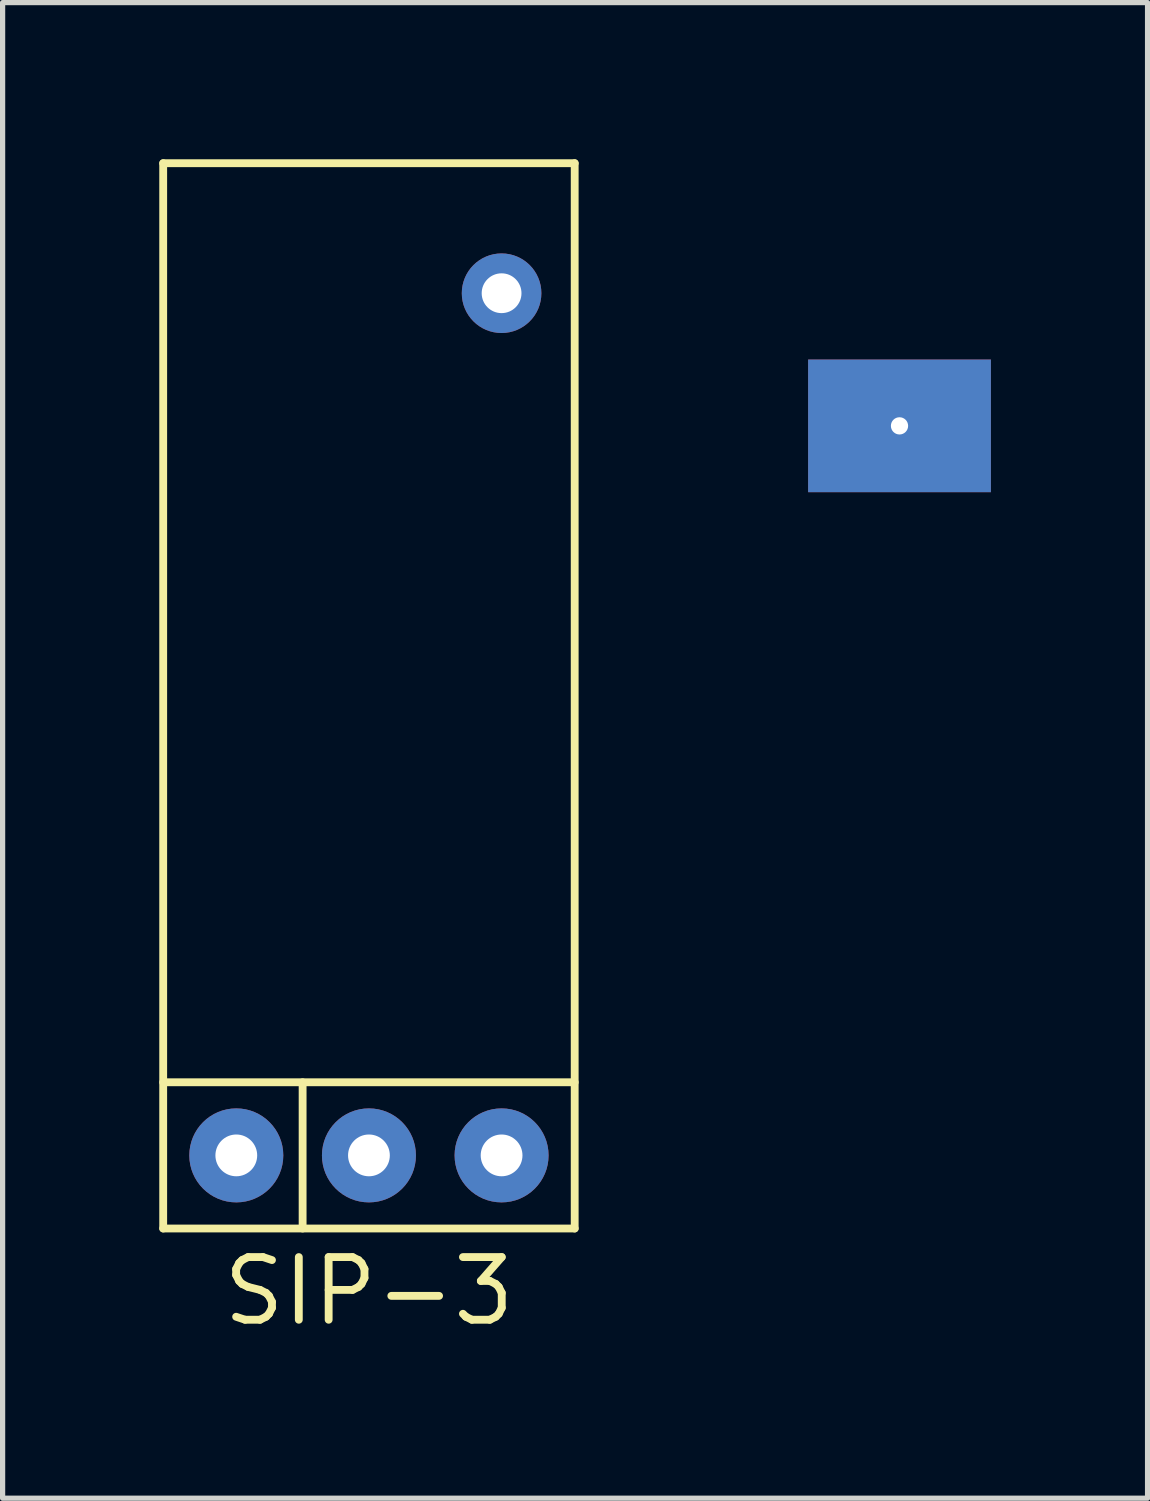
<source format=kicad_pcb>
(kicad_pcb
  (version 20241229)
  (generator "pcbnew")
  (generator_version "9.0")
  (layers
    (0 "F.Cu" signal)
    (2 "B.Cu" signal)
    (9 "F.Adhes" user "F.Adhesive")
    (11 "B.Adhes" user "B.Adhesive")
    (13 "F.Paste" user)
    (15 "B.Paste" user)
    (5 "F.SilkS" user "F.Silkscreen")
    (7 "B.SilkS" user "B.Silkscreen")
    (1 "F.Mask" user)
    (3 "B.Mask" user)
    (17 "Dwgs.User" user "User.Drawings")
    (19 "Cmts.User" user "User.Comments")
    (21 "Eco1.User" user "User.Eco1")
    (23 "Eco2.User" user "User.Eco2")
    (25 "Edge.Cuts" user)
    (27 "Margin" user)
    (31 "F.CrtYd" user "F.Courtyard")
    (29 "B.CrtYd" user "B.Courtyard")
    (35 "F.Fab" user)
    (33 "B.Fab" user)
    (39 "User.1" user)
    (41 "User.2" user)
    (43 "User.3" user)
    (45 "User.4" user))
  (footprint "SIP-3"
    (layer "F.Cu")
    (at 4.015 19.075)
    (property "Reference" "SIP-3" (at 0 2.6 0) (layer "F.SilkS") (effects (font (size 1.2 1.2) (thickness 0.15))))
    (attr through_hole)
    (fp_line (start -3.94 -19) (end 3.94 -19) (stroke (width 0.15) (type solid)) (layer "F.SilkS"))
    (fp_line (start -3.94 1.4) (end -3.94 -19) (stroke (width 0.15) (type solid)) (layer "F.SilkS"))
    (fp_line (start -1.27 -1.4) (end -1.27 1.4) (stroke (width 0.15) (type solid)) (layer "F.SilkS"))
    (fp_line (start 3.94 -19) (end 3.94 1.4) (stroke (width 0.15) (type solid)) (layer "F.SilkS"))
    (fp_line (start 3.94 -1.4) (end -3.94 -1.4) (stroke (width 0.15) (type solid)) (layer "F.SilkS"))
    (fp_line (start 3.94 1.4) (end -3.94 1.4) (stroke (width 0.15) (type solid)) (layer "F.SilkS"))
    (pad "1" thru_hole circle (at -2.54 0) (size 1.8 1.8) (drill 0.8) (layers "*.Cu" "*.Mask"))
    (pad "1" thru_hole rect (at 10.16 -13.97) (size 3.5 2.54) (drill 0.33) (layers "*.Cu" "*.Mask"))
    (pad "2" thru_hole circle (at 0 0) (size 1.8 1.8) (drill 0.8) (layers "*.Cu" "*.Mask"))
    (pad "2" thru_hole circle (at 2.54 -16.51) (size 1.524 1.524) (drill 0.762) (layers "*.Cu" "*.Mask"))
    (pad "3" thru_hole circle (at 2.54 0) (size 1.8 1.8) (drill 0.8) (layers "*.Cu" "*.Mask")))
  (gr_rect
    (start -3 -3)
    (end 18.925 25.64)
    (stroke (width 0.1) (type default))
    (fill no)
    (layer "Edge.Cuts")))
</source>
